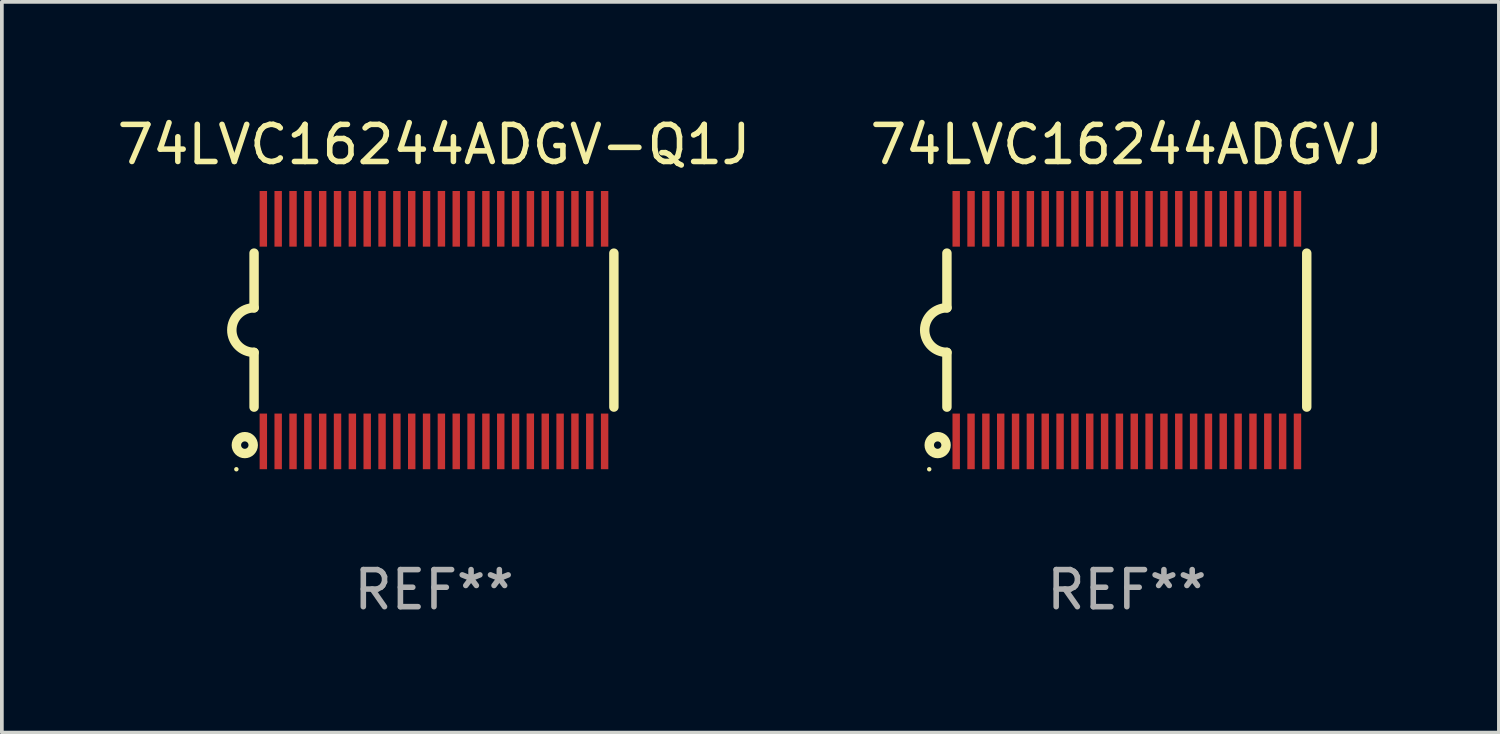
<source format=kicad_pcb>
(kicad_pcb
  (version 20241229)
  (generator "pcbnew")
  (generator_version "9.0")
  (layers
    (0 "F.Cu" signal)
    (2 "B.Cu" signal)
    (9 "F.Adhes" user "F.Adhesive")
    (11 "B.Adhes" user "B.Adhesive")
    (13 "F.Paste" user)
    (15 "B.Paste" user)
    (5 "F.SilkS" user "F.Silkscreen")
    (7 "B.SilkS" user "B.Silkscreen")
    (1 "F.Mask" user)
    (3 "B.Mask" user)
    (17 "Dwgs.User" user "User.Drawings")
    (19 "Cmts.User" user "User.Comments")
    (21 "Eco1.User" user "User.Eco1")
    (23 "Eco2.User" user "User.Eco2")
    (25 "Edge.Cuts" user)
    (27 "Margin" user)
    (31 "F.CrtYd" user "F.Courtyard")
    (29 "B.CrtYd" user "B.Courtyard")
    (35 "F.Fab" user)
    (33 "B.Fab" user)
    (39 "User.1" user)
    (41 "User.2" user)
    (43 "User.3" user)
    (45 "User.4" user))
  (footprint "74LVC16244ADGV-Q1J"
    (layer "F.Cu")
    (at 8.649 5.849)
    (property "Reference" "74LVC16244ADGV-Q1J" (at 0 -5.001 0) (layer "F.SilkS") (effects (font (size 1 1) (thickness 0.15))))
    (attr through_hole)
    (fp_line (start -4.85 -2.076) (end -4.85 -0.6) (stroke (width 0.254) (type solid)) (layer "F.SilkS"))
    (fp_line (start -4.85 2.076) (end -4.85 0.6) (stroke (width 0.254) (type solid)) (layer "F.SilkS"))
    (fp_line (start 4.85 -2.075) (end 4.85 2.075) (stroke (width 0.254) (type solid)) (layer "F.SilkS"))
    (fp_arc (start -4.850013 0.6) (mid -5.449099 -0.0008) (end -4.848869 -0.600457) (stroke (width 0.254001) (type solid)) (layer "F.SilkS"))
    (fp_circle (center -5.327 3.751) (end -5.297 3.751) (stroke (width 0.06) (type solid)) (fill no) (layer "F.SilkS"))
    (fp_circle (center -5.1 3.1) (end -5 3.1) (stroke (width 0.254) (type solid)) (fill no) (layer "F.SilkS"))
    (fp_text user "REF**" (at 0 7.001 0) (layer "F.Fab") (effects (font (size 1 1) (thickness 0.15))))
    (pad "1" smd rect (at -4.6 3) (size 0.2 1.5) (layers "F.Cu" "F.Mask" "F.Paste"))
    (pad "2" smd rect (at -4.2 3) (size 0.2 1.5) (layers "F.Cu" "F.Mask" "F.Paste"))
    (pad "3" smd rect (at -3.8 3) (size 0.2 1.5) (layers "F.Cu" "F.Mask" "F.Paste"))
    (pad "4" smd rect (at -3.4 3) (size 0.2 1.5) (layers "F.Cu" "F.Mask" "F.Paste"))
    (pad "5" smd rect (at -3 3.001) (size 0.2 1.5) (layers "F.Cu" "F.Mask" "F.Paste"))
    (pad "6" smd rect (at -2.6 3) (size 0.2 1.5) (layers "F.Cu" "F.Mask" "F.Paste"))
    (pad "7" smd rect (at -2.2 3) (size 0.2 1.5) (layers "F.Cu" "F.Mask" "F.Paste"))
    (pad "8" smd rect (at -1.8 3) (size 0.2 1.5) (layers "F.Cu" "F.Mask" "F.Paste"))
    (pad "9" smd rect (at -1.4 3) (size 0.2 1.5) (layers "F.Cu" "F.Mask" "F.Paste"))
    (pad "10" smd rect (at -1 3) (size 0.2 1.5) (layers "F.Cu" "F.Mask" "F.Paste"))
    (pad "11" smd rect (at -0.6 3) (size 0.2 1.5) (layers "F.Cu" "F.Mask" "F.Paste"))
    (pad "12" smd rect (at -0.2 3) (size 0.2 1.5) (layers "F.Cu" "F.Mask" "F.Paste"))
    (pad "13" smd rect (at 0.2 3) (size 0.2 1.5) (layers "F.Cu" "F.Mask" "F.Paste"))
    (pad "14" smd rect (at 0.6 3) (size 0.2 1.5) (layers "F.Cu" "F.Mask" "F.Paste"))
    (pad "15" smd rect (at 1 3) (size 0.2 1.5) (layers "F.Cu" "F.Mask" "F.Paste"))
    (pad "16" smd rect (at 1.4 3) (size 0.2 1.5) (layers "F.Cu" "F.Mask" "F.Paste"))
    (pad "17" smd rect (at 1.8 3) (size 0.2 1.5) (layers "F.Cu" "F.Mask" "F.Paste"))
    (pad "18" smd rect (at 2.2 3.001) (size 0.2 1.5) (layers "F.Cu" "F.Mask" "F.Paste"))
    (pad "19" smd rect (at 2.598 2.998) (size 0.2 1.5) (layers "F.Cu" "F.Mask" "F.Paste"))
    (pad "20" smd rect (at 3 3) (size 0.2 1.5) (layers "F.Cu" "F.Mask" "F.Paste"))
    (pad "21" smd rect (at 3.4 3) (size 0.2 1.5) (layers "F.Cu" "F.Mask" "F.Paste"))
    (pad "22" smd rect (at 3.8 2.998) (size 0.2 1.5) (layers "F.Cu" "F.Mask" "F.Paste"))
    (pad "23" smd rect (at 4.2 3) (size 0.2 1.5) (layers "F.Cu" "F.Mask" "F.Paste"))
    (pad "24" smd rect (at 4.6 3) (size 0.2 1.5) (layers "F.Cu" "F.Mask" "F.Paste"))
    (pad "25" smd rect (at 4.6 -3) (size 0.2 1.5) (layers "F.Cu" "F.Mask" "F.Paste"))
    (pad "26" smd rect (at 4.2 -3) (size 0.2 1.5) (layers "F.Cu" "F.Mask" "F.Paste"))
    (pad "27" smd rect (at 3.8 -3) (size 0.2 1.5) (layers "F.Cu" "F.Mask" "F.Paste"))
    (pad "28" smd rect (at 3.4 -3) (size 0.2 1.5) (layers "F.Cu" "F.Mask" "F.Paste"))
    (pad "29" smd rect (at 3 -3) (size 0.2 1.5) (layers "F.Cu" "F.Mask" "F.Paste"))
    (pad "30" smd rect (at 2.6 -3) (size 0.2 1.5) (layers "F.Cu" "F.Mask" "F.Paste"))
    (pad "31" smd rect (at 2.2 -3) (size 0.2 1.5) (layers "F.Cu" "F.Mask" "F.Paste"))
    (pad "32" smd rect (at 1.8 -3) (size 0.2 1.5) (layers "F.Cu" "F.Mask" "F.Paste"))
    (pad "33" smd rect (at 1.4 -3) (size 0.2 1.5) (layers "F.Cu" "F.Mask" "F.Paste"))
    (pad "34" smd rect (at 1 -3) (size 0.2 1.5) (layers "F.Cu" "F.Mask" "F.Paste"))
    (pad "35" smd rect (at 0.6 -3) (size 0.2 1.5) (layers "F.Cu" "F.Mask" "F.Paste"))
    (pad "36" smd rect (at 0.201 -3.001) (size 0.2 1.5) (layers "F.Cu" "F.Mask" "F.Paste"))
    (pad "37" smd rect (at -0.2 -3) (size 0.2 1.5) (layers "F.Cu" "F.Mask" "F.Paste"))
    (pad "38" smd rect (at -0.6 -3) (size 0.2 1.5) (layers "F.Cu" "F.Mask" "F.Paste"))
    (pad "39" smd rect (at -1 -3) (size 0.2 1.5) (layers "F.Cu" "F.Mask" "F.Paste"))
    (pad "40" smd rect (at -1.4 -3) (size 0.2 1.5) (layers "F.Cu" "F.Mask" "F.Paste"))
    (pad "41" smd rect (at -1.8 -3) (size 0.2 1.5) (layers "F.Cu" "F.Mask" "F.Paste"))
    (pad "42" smd rect (at -2.2 -3) (size 0.2 1.5) (layers "F.Cu" "F.Mask" "F.Paste"))
    (pad "43" smd rect (at -2.6 -3) (size 0.2 1.5) (layers "F.Cu" "F.Mask" "F.Paste"))
    (pad "44" smd rect (at -3 -3) (size 0.2 1.5) (layers "F.Cu" "F.Mask" "F.Paste"))
    (pad "45" smd rect (at -3.4 -3) (size 0.2 1.5) (layers "F.Cu" "F.Mask" "F.Paste"))
    (pad "46" smd rect (at -3.8 -3) (size 0.2 1.5) (layers "F.Cu" "F.Mask" "F.Paste"))
    (pad "47" smd rect (at -4.2 -3) (size 0.2 1.5) (layers "F.Cu" "F.Mask" "F.Paste"))
    (pad "48" smd rect (at -4.6 -3) (size 0.2 1.5) (layers "F.Cu" "F.Mask" "F.Paste")))
  (footprint "74LVC16244ADGVJ"
    (layer "F.Cu")
    (at 27.327 5.849)
    (property "Reference" "74LVC16244ADGVJ" (at 0 -5.001 0) (layer "F.SilkS") (effects (font (size 1 1) (thickness 0.15))))
    (attr through_hole)
    (fp_line (start -4.85 -2.076) (end -4.85 -0.6) (stroke (width 0.254) (type solid)) (layer "F.SilkS"))
    (fp_line (start -4.85 2.076) (end -4.85 0.6) (stroke (width 0.254) (type solid)) (layer "F.SilkS"))
    (fp_line (start 4.85 -2.075) (end 4.85 2.075) (stroke (width 0.254) (type solid)) (layer "F.SilkS"))
    (fp_arc (start -4.850013 0.6) (mid -5.449099 -0.0008) (end -4.848869 -0.600457) (stroke (width 0.254001) (type solid)) (layer "F.SilkS"))
    (fp_circle (center -5.327 3.751) (end -5.297 3.751) (stroke (width 0.06) (type solid)) (fill no) (layer "F.SilkS"))
    (fp_circle (center -5.1 3.1) (end -5 3.1) (stroke (width 0.254) (type solid)) (fill no) (layer "F.SilkS"))
    (fp_text user "REF**" (at 0 7.001 0) (layer "F.Fab") (effects (font (size 1 1) (thickness 0.15))))
    (pad "1" smd rect (at -4.6 3) (size 0.2 1.5) (layers "F.Cu" "F.Mask" "F.Paste"))
    (pad "2" smd rect (at -4.2 3) (size 0.2 1.5) (layers "F.Cu" "F.Mask" "F.Paste"))
    (pad "3" smd rect (at -3.8 3) (size 0.2 1.5) (layers "F.Cu" "F.Mask" "F.Paste"))
    (pad "4" smd rect (at -3.4 3) (size 0.2 1.5) (layers "F.Cu" "F.Mask" "F.Paste"))
    (pad "5" smd rect (at -3 3.001) (size 0.2 1.5) (layers "F.Cu" "F.Mask" "F.Paste"))
    (pad "6" smd rect (at -2.6 3) (size 0.2 1.5) (layers "F.Cu" "F.Mask" "F.Paste"))
    (pad "7" smd rect (at -2.2 3) (size 0.2 1.5) (layers "F.Cu" "F.Mask" "F.Paste"))
    (pad "8" smd rect (at -1.8 3) (size 0.2 1.5) (layers "F.Cu" "F.Mask" "F.Paste"))
    (pad "9" smd rect (at -1.4 3) (size 0.2 1.5) (layers "F.Cu" "F.Mask" "F.Paste"))
    (pad "10" smd rect (at -1 3) (size 0.2 1.5) (layers "F.Cu" "F.Mask" "F.Paste"))
    (pad "11" smd rect (at -0.6 3) (size 0.2 1.5) (layers "F.Cu" "F.Mask" "F.Paste"))
    (pad "12" smd rect (at -0.2 3) (size 0.2 1.5) (layers "F.Cu" "F.Mask" "F.Paste"))
    (pad "13" smd rect (at 0.2 3) (size 0.2 1.5) (layers "F.Cu" "F.Mask" "F.Paste"))
    (pad "14" smd rect (at 0.6 3) (size 0.2 1.5) (layers "F.Cu" "F.Mask" "F.Paste"))
    (pad "15" smd rect (at 1 3) (size 0.2 1.5) (layers "F.Cu" "F.Mask" "F.Paste"))
    (pad "16" smd rect (at 1.4 3) (size 0.2 1.5) (layers "F.Cu" "F.Mask" "F.Paste"))
    (pad "17" smd rect (at 1.8 3) (size 0.2 1.5) (layers "F.Cu" "F.Mask" "F.Paste"))
    (pad "18" smd rect (at 2.2 3.001) (size 0.2 1.5) (layers "F.Cu" "F.Mask" "F.Paste"))
    (pad "19" smd rect (at 2.598 2.998) (size 0.2 1.5) (layers "F.Cu" "F.Mask" "F.Paste"))
    (pad "20" smd rect (at 3 3) (size 0.2 1.5) (layers "F.Cu" "F.Mask" "F.Paste"))
    (pad "21" smd rect (at 3.4 3) (size 0.2 1.5) (layers "F.Cu" "F.Mask" "F.Paste"))
    (pad "22" smd rect (at 3.8 2.998) (size 0.2 1.5) (layers "F.Cu" "F.Mask" "F.Paste"))
    (pad "23" smd rect (at 4.2 3) (size 0.2 1.5) (layers "F.Cu" "F.Mask" "F.Paste"))
    (pad "24" smd rect (at 4.6 3) (size 0.2 1.5) (layers "F.Cu" "F.Mask" "F.Paste"))
    (pad "25" smd rect (at 4.6 -3) (size 0.2 1.5) (layers "F.Cu" "F.Mask" "F.Paste"))
    (pad "26" smd rect (at 4.2 -3) (size 0.2 1.5) (layers "F.Cu" "F.Mask" "F.Paste"))
    (pad "27" smd rect (at 3.8 -3) (size 0.2 1.5) (layers "F.Cu" "F.Mask" "F.Paste"))
    (pad "28" smd rect (at 3.4 -3) (size 0.2 1.5) (layers "F.Cu" "F.Mask" "F.Paste"))
    (pad "29" smd rect (at 3 -3) (size 0.2 1.5) (layers "F.Cu" "F.Mask" "F.Paste"))
    (pad "30" smd rect (at 2.6 -3) (size 0.2 1.5) (layers "F.Cu" "F.Mask" "F.Paste"))
    (pad "31" smd rect (at 2.2 -3) (size 0.2 1.5) (layers "F.Cu" "F.Mask" "F.Paste"))
    (pad "32" smd rect (at 1.8 -3) (size 0.2 1.5) (layers "F.Cu" "F.Mask" "F.Paste"))
    (pad "33" smd rect (at 1.4 -3) (size 0.2 1.5) (layers "F.Cu" "F.Mask" "F.Paste"))
    (pad "34" smd rect (at 1 -3) (size 0.2 1.5) (layers "F.Cu" "F.Mask" "F.Paste"))
    (pad "35" smd rect (at 0.6 -3) (size 0.2 1.5) (layers "F.Cu" "F.Mask" "F.Paste"))
    (pad "36" smd rect (at 0.201 -3.001) (size 0.2 1.5) (layers "F.Cu" "F.Mask" "F.Paste"))
    (pad "37" smd rect (at -0.2 -3) (size 0.2 1.5) (layers "F.Cu" "F.Mask" "F.Paste"))
    (pad "38" smd rect (at -0.6 -3) (size 0.2 1.5) (layers "F.Cu" "F.Mask" "F.Paste"))
    (pad "39" smd rect (at -1 -3) (size 0.2 1.5) (layers "F.Cu" "F.Mask" "F.Paste"))
    (pad "40" smd rect (at -1.4 -3) (size 0.2 1.5) (layers "F.Cu" "F.Mask" "F.Paste"))
    (pad "41" smd rect (at -1.8 -3) (size 0.2 1.5) (layers "F.Cu" "F.Mask" "F.Paste"))
    (pad "42" smd rect (at -2.2 -3) (size 0.2 1.5) (layers "F.Cu" "F.Mask" "F.Paste"))
    (pad "43" smd rect (at -2.6 -3) (size 0.2 1.5) (layers "F.Cu" "F.Mask" "F.Paste"))
    (pad "44" smd rect (at -3 -3) (size 0.2 1.5) (layers "F.Cu" "F.Mask" "F.Paste"))
    (pad "45" smd rect (at -3.4 -3) (size 0.2 1.5) (layers "F.Cu" "F.Mask" "F.Paste"))
    (pad "46" smd rect (at -3.8 -3) (size 0.2 1.5) (layers "F.Cu" "F.Mask" "F.Paste"))
    (pad "47" smd rect (at -4.2 -3) (size 0.2 1.5) (layers "F.Cu" "F.Mask" "F.Paste"))
    (pad "48" smd rect (at -4.6 -3) (size 0.2 1.5) (layers "F.Cu" "F.Mask" "F.Paste")))
  (gr_rect
    (start -3 -3)
    (end 37.357 16.699)
    (stroke (width 0.1) (type default))
    (fill no)
    (layer "Edge.Cuts")))
</source>
